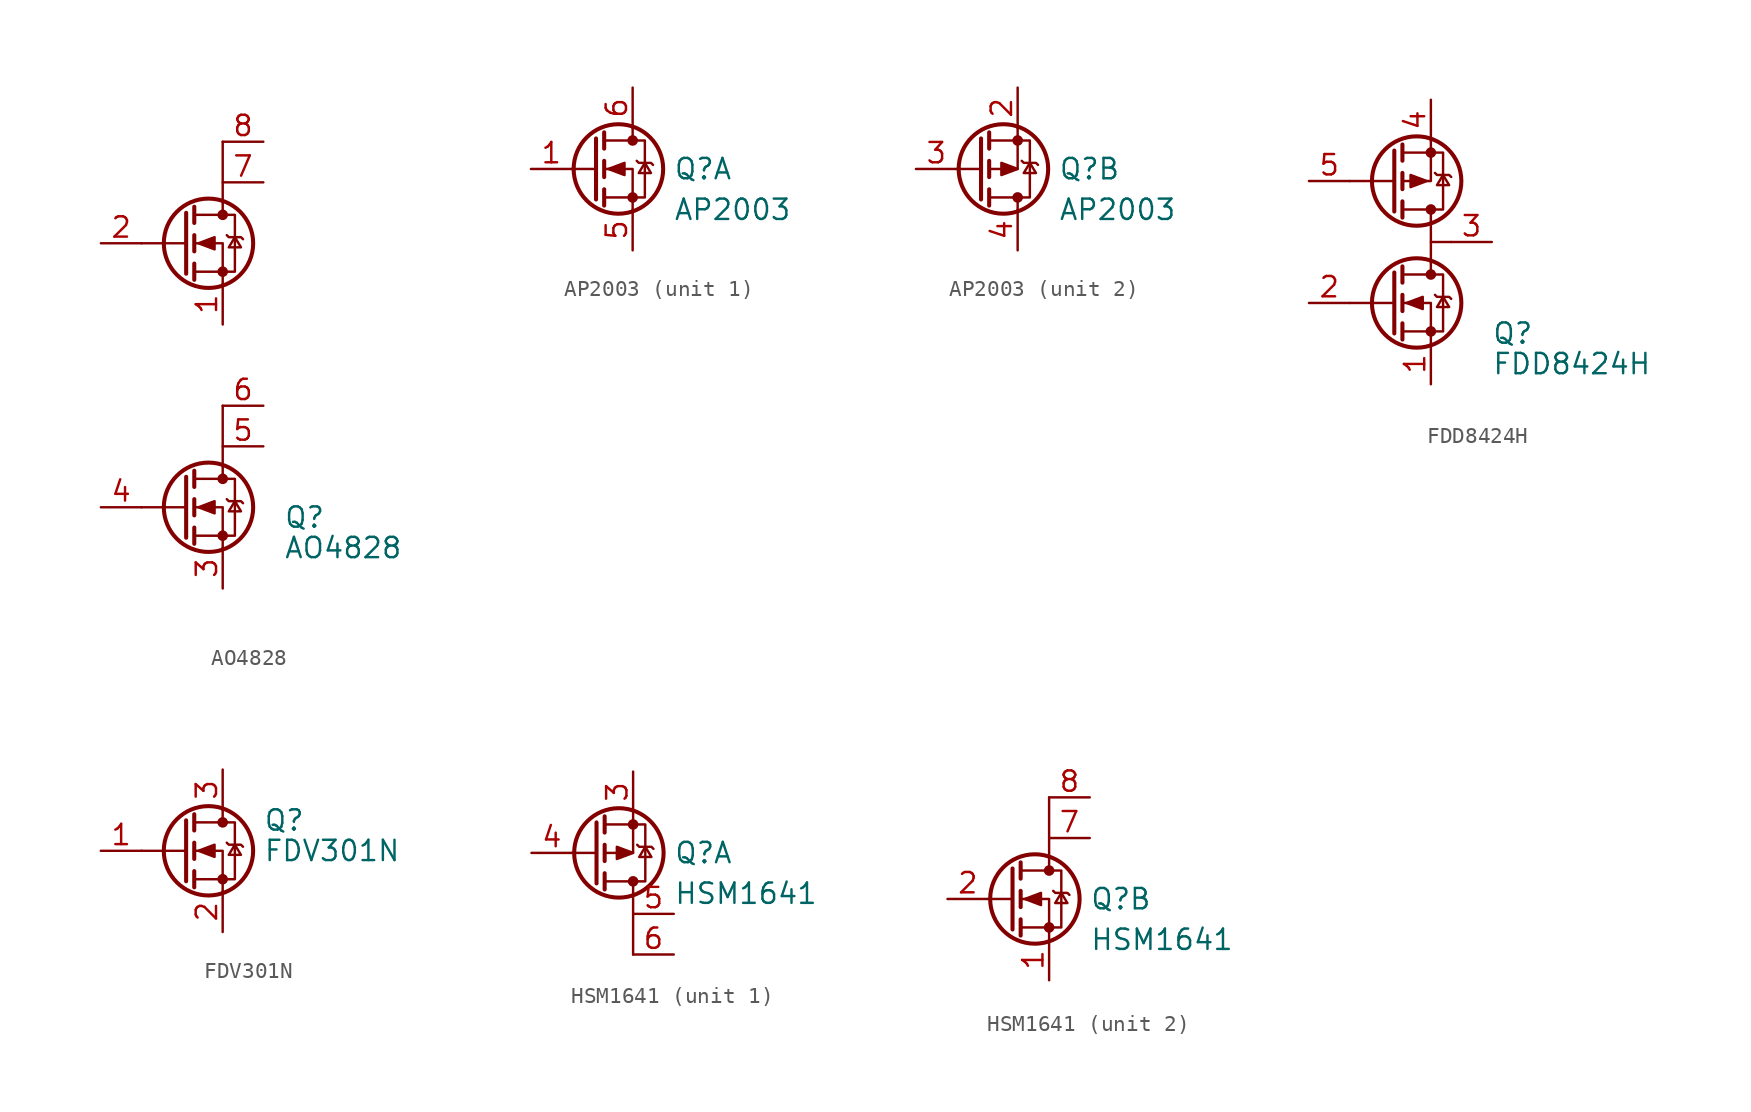
<source format=kicad_sym>
(kicad_symbol_lib
  (version 20211014)
  (generator kicad_symbol_editor)
  (symbol "AO4828"
    (pin_names hide)
    (property "Reference" "Q"
      (at 3.81 -9.525 0)
      (effects (font (size 1.27 1.27)) (justify left)))
    (property "Value" "AO4828"
      (at 3.81 -11.43 0)
      (effects (font (size 1.27 1.27)) (justify left)))
    (symbol "AO4828_0_1"
      (circle (center -0.889 -8.89) (radius 2.794) (stroke (width 0.254) (type default) (color 0 0 0 0)) (fill (type none)))
      (circle (center 0 -10.668) (radius 0.254) (stroke (width 0) (type default) (color 0 0 0 0)) (fill (type outline)))
      (circle (center 0 -7.112) (radius 0.254) (stroke (width 0) (type default) (color 0 0 0 0)) (fill (type outline)))
      (rectangle (start 0 -2.54) (end 0 -6.35) (stroke (width 0) (type default) (color 0 0 0 0)) (fill (type none)))
      (polyline (pts (xy -2.286 -8.89) (xy -5.08 -8.89)) (stroke (width 0) (type default) (color 0 0 0 0)) (fill (type none)))
      (polyline (pts (xy -2.286 -6.985) (xy -2.286 -10.795)) (stroke (width 0.254) (type default) (color 0 0 0 0)) (fill (type none)))
      (polyline (pts (xy -1.778 -10.16) (xy -1.778 -11.176)) (stroke (width 0.254) (type default) (color 0 0 0 0)) (fill (type none)))
      (polyline (pts (xy -1.778 -8.382) (xy -1.778 -9.398)) (stroke (width 0.254) (type default) (color 0 0 0 0)) (fill (type none)))
      (polyline (pts (xy -1.778 -6.604) (xy -1.778 -7.62)) (stroke (width 0.254) (type default) (color 0 0 0 0)) (fill (type none)))
      (polyline (pts (xy 0 -6.35) (xy 0 -7.112)) (stroke (width 0) (type default) (color 0 0 0 0)) (fill (type none)))
      (polyline (pts (xy 0 -11.43) (xy 0 -8.89) (xy -1.778 -8.89)) (stroke (width 0) (type default) (color 0 0 0 0)) (fill (type none)))
      (polyline (pts (xy -1.778 -10.668) (xy 0.762 -10.668) (xy 0.762 -7.112) (xy -1.778 -7.112)) (stroke (width 0) (type default) (color 0 0 0 0)) (fill (type none)))
      (polyline (pts (xy -1.524 -8.89) (xy -0.508 -8.509) (xy -0.508 -9.271) (xy -1.524 -8.89)) (stroke (width 0) (type default) (color 0 0 0 0)) (fill (type outline)))
      (polyline (pts (xy 0.254 -8.382) (xy 0.381 -8.509) (xy 1.143 -8.509) (xy 1.27 -8.636)) (stroke (width 0) (type default) (color 0 0 0 0)) (fill (type none)))
      (polyline (pts (xy 0.762 -8.509) (xy 0.381 -9.144) (xy 1.143 -9.144) (xy 0.762 -8.509)) (stroke (width 0) (type default) (color 0 0 0 0)) (fill (type none)))
      (rectangle (start 0 13.97) (end 0 10.16) (stroke (width 0) (type default) (color 0 0 0 0)) (fill (type none))))
    (symbol "AO4828_1_1"
      (circle (center -0.889 7.62) (radius 2.794) (stroke (width 0.254) (type default) (color 0 0 0 0)) (fill (type none)))
      (polyline (pts (xy -2.286 7.62) (xy -5.08 7.62)) (stroke (width 0) (type default) (color 0 0 0 0)) (fill (type none)))
      (polyline (pts (xy -2.286 9.525) (xy -2.286 5.715)) (stroke (width 0.254) (type default) (color 0 0 0 0)) (fill (type none)))
      (polyline (pts (xy -1.778 6.35) (xy -1.778 5.334)) (stroke (width 0.254) (type default) (color 0 0 0 0)) (fill (type none)))
      (polyline (pts (xy -1.778 8.128) (xy -1.778 7.112)) (stroke (width 0.254) (type default) (color 0 0 0 0)) (fill (type none)))
      (polyline (pts (xy -1.778 9.906) (xy -1.778 8.89)) (stroke (width 0.254) (type default) (color 0 0 0 0)) (fill (type none)))
      (polyline (pts (xy 0 10.16) (xy 0 9.398)) (stroke (width 0) (type default) (color 0 0 0 0)) (fill (type none)))
      (polyline (pts (xy 0 5.08) (xy 0 7.62) (xy -1.778 7.62)) (stroke (width 0) (type default) (color 0 0 0 0)) (fill (type none)))
      (polyline (pts (xy -1.778 5.842) (xy 0.762 5.842) (xy 0.762 9.398) (xy -1.778 9.398)) (stroke (width 0) (type default) (color 0 0 0 0)) (fill (type none)))
      (polyline (pts (xy -1.524 7.62) (xy -0.508 8.001) (xy -0.508 7.239) (xy -1.524 7.62)) (stroke (width 0) (type default) (color 0 0 0 0)) (fill (type outline)))
      (polyline (pts (xy 0.254 8.128) (xy 0.381 8.001) (xy 1.143 8.001) (xy 1.27 7.874)) (stroke (width 0) (type default) (color 0 0 0 0)) (fill (type none)))
      (polyline (pts (xy 0.762 8.001) (xy 0.381 7.366) (xy 1.143 7.366) (xy 0.762 8.001)) (stroke (width 0) (type default) (color 0 0 0 0)) (fill (type none)))
      (circle (center 0 5.842) (radius 0.254) (stroke (width 0) (type default) (color 0 0 0 0)) (fill (type outline)))
      (circle (center 0 9.398) (radius 0.254) (stroke (width 0) (type default) (color 0 0 0 0)) (fill (type outline)))
      (pin passive line (at 0 2.54 90) (length 2.54) (name "S2" (effects (font (size 1.27 1.27)))) (number "1" (effects (font (size 1.27 1.27)))))
      (pin input line (at -7.62 7.62 0) (length 2.54) (name "G2" (effects (font (size 1.27 1.27)))) (number "2" (effects (font (size 1.27 1.27)))))
      (pin passive line (at 0 -13.97 90) (length 2.54) (name "S1" (effects (font (size 1.27 1.27)))) (number "3" (effects (font (size 1.27 1.27)))))
      (pin input line (at -7.62 -8.89 0) (length 2.54) (name "G1" (effects (font (size 1.27 1.27)))) (number "4" (effects (font (size 1.27 1.27)))))
      (pin passive line (at 2.54 -5.08 180) (length 2.54) (name "D1" (effects (font (size 1.27 1.27)))) (number "5" (effects (font (size 1.27 1.27)))))
      (pin passive line (at 2.54 -2.54 180) (length 2.54) (name "D1" (effects (font (size 1.27 1.27)))) (number "6" (effects (font (size 1.27 1.27)))))
      (pin passive line (at 2.54 11.43 180) (length 2.54) (name "D2" (effects (font (size 1.27 1.27)))) (number "7" (effects (font (size 1.27 1.27)))))
      (pin passive line (at 2.54 13.97 180) (length 2.54) (name "D2" (effects (font (size 1.27 1.27)))) (number "8" (effects (font (size 1.27 1.27)))))))
  (symbol "AP2003"
    (pin_names hide)
    (property "Reference" "Q"
      (at 2.54 0 0)
      (effects (font (size 1.27 1.27)) (justify left)))
    (property "Value" "AP2003"
      (at 2.54 -2.54 0)
      (effects (font (size 1.27 1.27)) (justify left)))
    (property "ki_locked" ""
      (at 0 0 0)
      (effects (font (size 1.27 1.27))))
    (symbol "AP2003_1_1"
      (circle (center -0.889 0) (radius 2.794) (stroke (width 0.254) (type default) (color 0 0 0 0)) (fill (type none)))
      (circle (center 0 -1.778) (radius 0.254) (stroke (width 0) (type default) (color 0 0 0 0)) (fill (type outline)))
      (polyline (pts (xy -2.286 0) (xy -3.81 0)) (stroke (width 0) (type default) (color 0 0 0 0)) (fill (type none)))
      (polyline (pts (xy -2.286 1.905) (xy -2.286 -1.905)) (stroke (width 0.254) (type default) (color 0 0 0 0)) (fill (type none)))
      (polyline (pts (xy -1.778 -1.27) (xy -1.778 -2.286)) (stroke (width 0.254) (type default) (color 0 0 0 0)) (fill (type none)))
      (polyline (pts (xy -1.778 0.508) (xy -1.778 -0.508)) (stroke (width 0.254) (type default) (color 0 0 0 0)) (fill (type none)))
      (polyline (pts (xy -1.778 2.286) (xy -1.778 1.27)) (stroke (width 0.254) (type default) (color 0 0 0 0)) (fill (type none)))
      (polyline (pts (xy 0 2.54) (xy 0 1.778)) (stroke (width 0) (type default) (color 0 0 0 0)) (fill (type none)))
      (polyline (pts (xy 0 -2.54) (xy 0 0) (xy -1.778 0)) (stroke (width 0) (type default) (color 0 0 0 0)) (fill (type none)))
      (polyline (pts (xy -1.778 -1.778) (xy 0.762 -1.778) (xy 0.762 1.778) (xy -1.778 1.778)) (stroke (width 0) (type default) (color 0 0 0 0)) (fill (type none)))
      (polyline (pts (xy -1.524 0) (xy -0.508 0.381) (xy -0.508 -0.381) (xy -1.524 0)) (stroke (width 0) (type default) (color 0 0 0 0)) (fill (type outline)))
      (polyline (pts (xy 0.254 0.508) (xy 0.381 0.381) (xy 1.143 0.381) (xy 1.27 0.254)) (stroke (width 0) (type default) (color 0 0 0 0)) (fill (type none)))
      (polyline (pts (xy 0.762 0.381) (xy 0.381 -0.254) (xy 1.143 -0.254) (xy 0.762 0.381)) (stroke (width 0) (type default) (color 0 0 0 0)) (fill (type none)))
      (circle (center 0 1.778) (radius 0.254) (stroke (width 0) (type default) (color 0 0 0 0)) (fill (type outline)))
      (pin input line (at -6.35 0 0) (length 2.54) (name "G1" (effects (font (size 1.27 1.27)))) (number "1" (effects (font (size 1.27 1.27)))))
      (pin passive line (at 0 -5.08 90) (length 2.54) (name "S1" (effects (font (size 1.27 1.27)))) (number "5" (effects (font (size 1.27 1.27)))))
      (pin passive line (at 0 5.08 270) (length 2.54) (name "D1" (effects (font (size 1.27 1.27)))) (number "6" (effects (font (size 1.27 1.27))))))
    (symbol "AP2003_2_1"
      (circle (center -0.889 0) (radius 2.794) (stroke (width 0.254) (type default) (color 0 0 0 0)) (fill (type none)))
      (circle (center 0 -1.778) (radius 0.254) (stroke (width 0) (type default) (color 0 0 0 0)) (fill (type outline)))
      (polyline (pts (xy -2.286 -1.905) (xy -2.286 1.905)) (stroke (width 0.254) (type default) (color 0 0 0 0)) (fill (type none)))
      (polyline (pts (xy -2.286 0) (xy -3.81 0)) (stroke (width 0) (type default) (color 0 0 0 0)) (fill (type none)))
      (polyline (pts (xy -1.778 -2.286) (xy -1.778 -1.27)) (stroke (width 0.254) (type default) (color 0 0 0 0)) (fill (type none)))
      (polyline (pts (xy -1.778 -0.508) (xy -1.778 0.508)) (stroke (width 0.254) (type default) (color 0 0 0 0)) (fill (type none)))
      (polyline (pts (xy -1.778 1.27) (xy -1.778 2.286)) (stroke (width 0.254) (type default) (color 0 0 0 0)) (fill (type none)))
      (polyline (pts (xy 0 -2.54) (xy 0 -1.778)) (stroke (width 0) (type default) (color 0 0 0 0)) (fill (type none)))
      (polyline (pts (xy 0 2.54) (xy 0 0) (xy -1.778 0)) (stroke (width 0) (type default) (color 0 0 0 0)) (fill (type none)))
      (polyline (pts (xy -1.778 -1.778) (xy 0.762 -1.778) (xy 0.762 1.778) (xy -1.778 1.778)) (stroke (width 0) (type default) (color 0 0 0 0)) (fill (type none)))
      (polyline (pts (xy 0 0) (xy -1.016 0.381) (xy -1.016 -0.381) (xy 0 0)) (stroke (width 0) (type default) (color 0 0 0 0)) (fill (type outline)))
      (polyline (pts (xy 0.254 0.508) (xy 0.381 0.381) (xy 1.143 0.381) (xy 1.27 0.254)) (stroke (width 0) (type default) (color 0 0 0 0)) (fill (type none)))
      (polyline (pts (xy 0.762 0.381) (xy 0.381 -0.254) (xy 1.143 -0.254) (xy 0.762 0.381)) (stroke (width 0) (type default) (color 0 0 0 0)) (fill (type none)))
      (circle (center 0 1.778) (radius 0.254) (stroke (width 0) (type default) (color 0 0 0 0)) (fill (type outline)))
      (pin passive line (at 0 5.08 270) (length 2.54) (name "S2" (effects (font (size 1.27 1.27)))) (number "2" (effects (font (size 1.27 1.27)))))
      (pin input line (at -6.35 0 0) (length 2.54) (name "G2" (effects (font (size 1.27 1.27)))) (number "3" (effects (font (size 1.27 1.27)))))
      (pin passive line (at 0 -5.08 90) (length 2.54) (name "D2" (effects (font (size 1.27 1.27)))) (number "4" (effects (font (size 1.27 1.27)))))))
  (symbol "FDD8424H"
    (pin_names hide)
    (property "Reference" "Q"
      (at 6.35 -1.905 0)
      (effects (font (size 1.27 1.27)) (justify left)))
    (property "Value" "FDD8424H"
      (at 6.35 -3.81 0)
      (effects (font (size 1.27 1.27)) (justify left)))
    (symbol "FDD8424H_0_1"
      (polyline (pts (xy 0.254 0) (xy -2.54 0)) (stroke (width 0) (type default) (color 0 0 0 0)) (fill (type none)))
      (polyline (pts (xy 0.254 1.905) (xy 0.254 -1.905)) (stroke (width 0.254) (type default) (color 0 0 0 0)) (fill (type none)))
      (polyline (pts (xy 0.762 -1.27) (xy 0.762 -2.286)) (stroke (width 0.254) (type default) (color 0 0 0 0)) (fill (type none)))
      (polyline (pts (xy 0.762 0.508) (xy 0.762 -0.508)) (stroke (width 0.254) (type default) (color 0 0 0 0)) (fill (type none)))
      (polyline (pts (xy 0.762 2.286) (xy 0.762 1.27)) (stroke (width 0.254) (type default) (color 0 0 0 0)) (fill (type none)))
      (polyline (pts (xy 2.54 2.54) (xy 2.54 1.778)) (stroke (width 0) (type default) (color 0 0 0 0)) (fill (type none)))
      (polyline (pts (xy 2.54 -2.54) (xy 2.54 0) (xy 0.762 0)) (stroke (width 0) (type default) (color 0 0 0 0)) (fill (type none)))
      (polyline (pts (xy 0.762 -1.778) (xy 3.302 -1.778) (xy 3.302 1.778) (xy 0.762 1.778)) (stroke (width 0) (type default) (color 0 0 0 0)) (fill (type none)))
      (polyline (pts (xy 1.016 0) (xy 2.032 0.381) (xy 2.032 -0.381) (xy 1.016 0)) (stroke (width 0) (type default) (color 0 0 0 0)) (fill (type outline)))
      (polyline (pts (xy 2.794 0.508) (xy 2.921 0.381) (xy 3.683 0.381) (xy 3.81 0.254)) (stroke (width 0) (type default) (color 0 0 0 0)) (fill (type none)))
      (polyline (pts (xy 3.302 0.381) (xy 2.921 -0.254) (xy 3.683 -0.254) (xy 3.302 0.381)) (stroke (width 0) (type default) (color 0 0 0 0)) (fill (type none)))
      (circle (center 1.651 0) (radius 2.794) (stroke (width 0.254) (type default) (color 0 0 0 0)) (fill (type none)))
      (circle (center 2.54 -1.778) (radius 0.254) (stroke (width 0) (type default) (color 0 0 0 0)) (fill (type outline)))
      (circle (center 2.54 1.778) (radius 0.254) (stroke (width 0) (type default) (color 0 0 0 0)) (fill (type outline)))
      (rectangle (start 2.54 3.81) (end 3.81 3.81) (stroke (width 0) (type default) (color 0 0 0 0)) (fill (type none)))
      (rectangle (start 2.54 5.08) (end 2.54 2.54) (stroke (width 0) (type default) (color 0 0 0 0)) (fill (type none))))
    (symbol "FDD8424H_1_1"
      (polyline (pts (xy 0.254 5.715) (xy 0.254 9.525)) (stroke (width 0.254) (type default) (color 0 0 0 0)) (fill (type none)))
      (polyline (pts (xy 0.254 7.62) (xy -2.54 7.62)) (stroke (width 0) (type default) (color 0 0 0 0)) (fill (type none)))
      (polyline (pts (xy 0.762 5.334) (xy 0.762 6.35)) (stroke (width 0.254) (type default) (color 0 0 0 0)) (fill (type none)))
      (polyline (pts (xy 0.762 7.112) (xy 0.762 8.128)) (stroke (width 0.254) (type default) (color 0 0 0 0)) (fill (type none)))
      (polyline (pts (xy 0.762 8.89) (xy 0.762 9.906)) (stroke (width 0.254) (type default) (color 0 0 0 0)) (fill (type none)))
      (polyline (pts (xy 2.54 5.08) (xy 2.54 5.842)) (stroke (width 0) (type default) (color 0 0 0 0)) (fill (type none)))
      (polyline (pts (xy 2.54 10.16) (xy 2.54 7.62) (xy 0.762 7.62)) (stroke (width 0) (type default) (color 0 0 0 0)) (fill (type none)))
      (polyline (pts (xy 0.762 5.842) (xy 3.302 5.842) (xy 3.302 9.398) (xy 0.762 9.398)) (stroke (width 0) (type default) (color 0 0 0 0)) (fill (type none)))
      (polyline (pts (xy 2.286 7.62) (xy 1.27 7.239) (xy 1.27 8.001) (xy 2.286 7.62)) (stroke (width 0) (type default) (color 0 0 0 0)) (fill (type outline)))
      (polyline (pts (xy 2.794 8.128) (xy 2.921 8.001) (xy 3.683 8.001) (xy 3.81 7.874)) (stroke (width 0) (type default) (color 0 0 0 0)) (fill (type none)))
      (polyline (pts (xy 3.302 8.001) (xy 2.921 7.366) (xy 3.683 7.366) (xy 3.302 8.001)) (stroke (width 0) (type default) (color 0 0 0 0)) (fill (type none)))
      (circle (center 1.651 7.62) (radius 2.794) (stroke (width 0.254) (type default) (color 0 0 0 0)) (fill (type none)))
      (circle (center 2.54 5.842) (radius 0.254) (stroke (width 0) (type default) (color 0 0 0 0)) (fill (type outline)))
      (circle (center 2.54 9.398) (radius 0.254) (stroke (width 0) (type default) (color 0 0 0 0)) (fill (type outline)))
      (pin passive line (at 2.54 -5.08 90) (length 2.54) (name "S1" (effects (font (size 1.27 1.27)))) (number "1" (effects (font (size 1.27 1.27)))))
      (pin input line (at -5.08 0 0) (length 2.54) (name "G1" (effects (font (size 1.27 1.27)))) (number "2" (effects (font (size 1.27 1.27)))))
      (pin passive line (at 6.35 3.81 180) (length 2.54) (name "D" (effects (font (size 1.27 1.27)))) (number "3" (effects (font (size 1.27 1.27)))))
      (pin passive line (at 2.54 12.7 270) (length 2.54) (name "S2" (effects (font (size 1.27 1.27)))) (number "4" (effects (font (size 1.27 1.27)))))
      (pin input line (at -5.08 7.62 0) (length 2.54) (name "G2" (effects (font (size 1.27 1.27)))) (number "5" (effects (font (size 1.27 1.27)))))))
  (symbol "FDV301N"
    (pin_names hide)
    (property "Reference" "Q"
      (at 5.08 1.905 0)
      (effects (font (size 1.27 1.27)) (justify left)))
    (property "Value" "FDV301N"
      (at 5.08 0 0)
      (effects (font (size 1.27 1.27)) (justify left)))
    (symbol "FDV301N_0_1"
      (polyline (pts (xy 0.254 0) (xy -2.54 0)) (stroke (width 0) (type default) (color 0 0 0 0)) (fill (type none)))
      (polyline (pts (xy 0.254 1.905) (xy 0.254 -1.905)) (stroke (width 0.254) (type default) (color 0 0 0 0)) (fill (type none)))
      (polyline (pts (xy 0.762 -1.27) (xy 0.762 -2.286)) (stroke (width 0.254) (type default) (color 0 0 0 0)) (fill (type none)))
      (polyline (pts (xy 0.762 0.508) (xy 0.762 -0.508)) (stroke (width 0.254) (type default) (color 0 0 0 0)) (fill (type none)))
      (polyline (pts (xy 0.762 2.286) (xy 0.762 1.27)) (stroke (width 0.254) (type default) (color 0 0 0 0)) (fill (type none)))
      (polyline (pts (xy 2.54 2.54) (xy 2.54 1.778)) (stroke (width 0) (type default) (color 0 0 0 0)) (fill (type none)))
      (polyline (pts (xy 2.54 -2.54) (xy 2.54 0) (xy 0.762 0)) (stroke (width 0) (type default) (color 0 0 0 0)) (fill (type none)))
      (polyline (pts (xy 0.762 -1.778) (xy 3.302 -1.778) (xy 3.302 1.778) (xy 0.762 1.778)) (stroke (width 0) (type default) (color 0 0 0 0)) (fill (type none)))
      (polyline (pts (xy 1.016 0) (xy 2.032 0.381) (xy 2.032 -0.381) (xy 1.016 0)) (stroke (width 0) (type default) (color 0 0 0 0)) (fill (type outline)))
      (polyline (pts (xy 2.794 0.508) (xy 2.921 0.381) (xy 3.683 0.381) (xy 3.81 0.254)) (stroke (width 0) (type default) (color 0 0 0 0)) (fill (type none)))
      (polyline (pts (xy 3.302 0.381) (xy 2.921 -0.254) (xy 3.683 -0.254) (xy 3.302 0.381)) (stroke (width 0) (type default) (color 0 0 0 0)) (fill (type none)))
      (circle (center 1.651 0) (radius 2.794) (stroke (width 0.254) (type default) (color 0 0 0 0)) (fill (type none)))
      (circle (center 2.54 -1.778) (radius 0.254) (stroke (width 0) (type default) (color 0 0 0 0)) (fill (type outline)))
      (circle (center 2.54 1.778) (radius 0.254) (stroke (width 0) (type default) (color 0 0 0 0)) (fill (type outline))))
    (symbol "FDV301N_1_1"
      (pin input line (at -5.08 0 0) (length 2.54) (name "G" (effects (font (size 1.27 1.27)))) (number "1" (effects (font (size 1.27 1.27)))))
      (pin passive line (at 2.54 -5.08 90) (length 2.54) (name "S" (effects (font (size 1.27 1.27)))) (number "2" (effects (font (size 1.27 1.27)))))
      (pin passive line (at 2.54 5.08 270) (length 2.54) (name "D" (effects (font (size 1.27 1.27)))) (number "3" (effects (font (size 1.27 1.27)))))))
  (symbol "HSM1641"
    (pin_names hide)
    (property "Reference" "Q"
      (at 2.54 0 0)
      (effects (font (size 1.27 1.27)) (justify left)))
    (property "Value" "HSM1641"
      (at 2.54 -2.54 0)
      (effects (font (size 1.27 1.27)) (justify left)))
    (property "ki_locked" ""
      (at 0 0 0)
      (effects (font (size 1.27 1.27))))
    (symbol "HSM1641_1_1"
      (circle (center -0.889 0) (radius 2.794) (stroke (width 0.254) (type default) (color 0 0 0 0)) (fill (type none)))
      (rectangle (start 0 -2.54) (end 0 -6.35) (stroke (width 0) (type default) (color 0 0 0 0)) (fill (type none)))
      (circle (center 0 -1.778) (radius 0.254) (stroke (width 0) (type default) (color 0 0 0 0)) (fill (type outline)))
      (polyline (pts (xy -2.286 -1.905) (xy -2.286 1.905)) (stroke (width 0.254) (type default) (color 0 0 0 0)) (fill (type none)))
      (polyline (pts (xy -2.286 0) (xy -3.81 0)) (stroke (width 0) (type default) (color 0 0 0 0)) (fill (type none)))
      (polyline (pts (xy -1.778 -2.286) (xy -1.778 -1.27)) (stroke (width 0.254) (type default) (color 0 0 0 0)) (fill (type none)))
      (polyline (pts (xy -1.778 -0.508) (xy -1.778 0.508)) (stroke (width 0.254) (type default) (color 0 0 0 0)) (fill (type none)))
      (polyline (pts (xy -1.778 1.27) (xy -1.778 2.286)) (stroke (width 0.254) (type default) (color 0 0 0 0)) (fill (type none)))
      (polyline (pts (xy 0 -2.54) (xy 0 -1.778)) (stroke (width 0) (type default) (color 0 0 0 0)) (fill (type none)))
      (polyline (pts (xy 0 2.54) (xy 0 0) (xy -1.778 0)) (stroke (width 0) (type default) (color 0 0 0 0)) (fill (type none)))
      (polyline (pts (xy -1.778 -1.778) (xy 0.762 -1.778) (xy 0.762 1.778) (xy -1.778 1.778)) (stroke (width 0) (type default) (color 0 0 0 0)) (fill (type none)))
      (polyline (pts (xy 0 0) (xy -1.016 0.381) (xy -1.016 -0.381) (xy 0 0)) (stroke (width 0) (type default) (color 0 0 0 0)) (fill (type outline)))
      (polyline (pts (xy 0.254 0.508) (xy 0.381 0.381) (xy 1.143 0.381) (xy 1.27 0.254)) (stroke (width 0) (type default) (color 0 0 0 0)) (fill (type none)))
      (polyline (pts (xy 0.762 0.381) (xy 0.381 -0.254) (xy 1.143 -0.254) (xy 0.762 0.381)) (stroke (width 0) (type default) (color 0 0 0 0)) (fill (type none)))
      (circle (center 0 1.778) (radius 0.254) (stroke (width 0) (type default) (color 0 0 0 0)) (fill (type outline)))
      (pin passive line (at 0 5.08 270) (length 2.54) (name "S1" (effects (font (size 1.27 1.27)))) (number "3" (effects (font (size 1.27 1.27)))))
      (pin input line (at -6.35 0 0) (length 2.54) (name "G1" (effects (font (size 1.27 1.27)))) (number "4" (effects (font (size 1.27 1.27)))))
      (pin passive line (at 2.54 -3.81 180) (length 2.54) (name "D1" (effects (font (size 1.27 1.27)))) (number "5" (effects (font (size 1.27 1.27)))))
      (pin passive line (at 2.54 -6.35 180) (length 2.54) (name "D1" (effects (font (size 1.27 1.27)))) (number "6" (effects (font (size 1.27 1.27))))))
    (symbol "HSM1641_2_1"
      (circle (center -0.889 0) (radius 2.794) (stroke (width 0.254) (type default) (color 0 0 0 0)) (fill (type none)))
      (circle (center 0 -1.778) (radius 0.254) (stroke (width 0) (type default) (color 0 0 0 0)) (fill (type outline)))
      (polyline (pts (xy -2.286 0) (xy -3.81 0)) (stroke (width 0) (type default) (color 0 0 0 0)) (fill (type none)))
      (polyline (pts (xy -2.286 1.905) (xy -2.286 -1.905)) (stroke (width 0.254) (type default) (color 0 0 0 0)) (fill (type none)))
      (polyline (pts (xy -1.778 -1.27) (xy -1.778 -2.286)) (stroke (width 0.254) (type default) (color 0 0 0 0)) (fill (type none)))
      (polyline (pts (xy -1.778 0.508) (xy -1.778 -0.508)) (stroke (width 0.254) (type default) (color 0 0 0 0)) (fill (type none)))
      (polyline (pts (xy -1.778 2.286) (xy -1.778 1.27)) (stroke (width 0.254) (type default) (color 0 0 0 0)) (fill (type none)))
      (polyline (pts (xy 0 2.54) (xy 0 1.778)) (stroke (width 0) (type default) (color 0 0 0 0)) (fill (type none)))
      (polyline (pts (xy 0 -2.54) (xy 0 0) (xy -1.778 0)) (stroke (width 0) (type default) (color 0 0 0 0)) (fill (type none)))
      (polyline (pts (xy -1.778 -1.778) (xy 0.762 -1.778) (xy 0.762 1.778) (xy -1.778 1.778)) (stroke (width 0) (type default) (color 0 0 0 0)) (fill (type none)))
      (polyline (pts (xy -1.524 0) (xy -0.508 0.381) (xy -0.508 -0.381) (xy -1.524 0)) (stroke (width 0) (type default) (color 0 0 0 0)) (fill (type outline)))
      (polyline (pts (xy 0.254 0.508) (xy 0.381 0.381) (xy 1.143 0.381) (xy 1.27 0.254)) (stroke (width 0) (type default) (color 0 0 0 0)) (fill (type none)))
      (polyline (pts (xy 0.762 0.381) (xy 0.381 -0.254) (xy 1.143 -0.254) (xy 0.762 0.381)) (stroke (width 0) (type default) (color 0 0 0 0)) (fill (type none)))
      (circle (center 0 1.778) (radius 0.254) (stroke (width 0) (type default) (color 0 0 0 0)) (fill (type outline)))
      (rectangle (start 0 6.35) (end 0 2.54) (stroke (width 0) (type default) (color 0 0 0 0)) (fill (type none)))
      (pin passive line (at 0 -5.08 90) (length 2.54) (name "S2" (effects (font (size 1.27 1.27)))) (number "1" (effects (font (size 1.27 1.27)))))
      (pin input line (at -6.35 0 0) (length 2.54) (name "G2" (effects (font (size 1.27 1.27)))) (number "2" (effects (font (size 1.27 1.27)))))
      (pin passive line (at 2.54 3.81 180) (length 2.54) (name "D2" (effects (font (size 1.27 1.27)))) (number "7" (effects (font (size 1.27 1.27)))))
      (pin passive line (at 2.54 6.35 180) (length 2.54) (name "D2" (effects (font (size 1.27 1.27)))) (number "8" (effects (font (size 1.27 1.27))))))))
</source>
